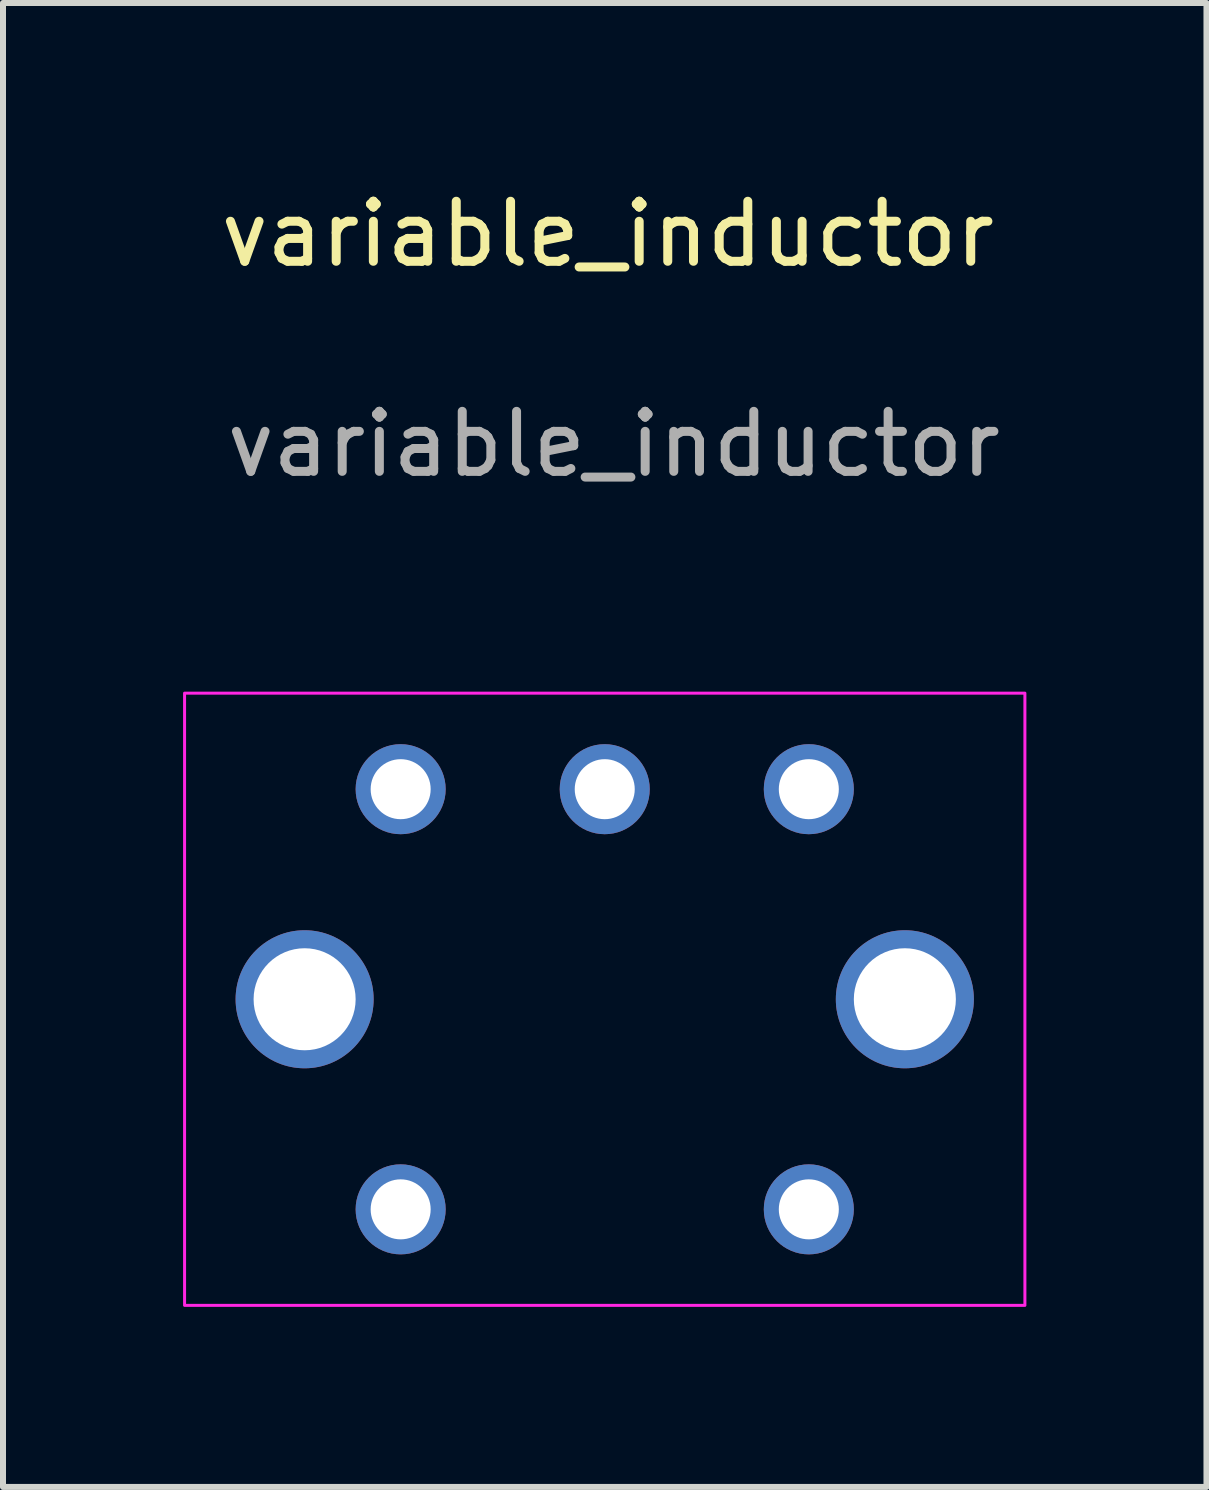
<source format=kicad_pcb>
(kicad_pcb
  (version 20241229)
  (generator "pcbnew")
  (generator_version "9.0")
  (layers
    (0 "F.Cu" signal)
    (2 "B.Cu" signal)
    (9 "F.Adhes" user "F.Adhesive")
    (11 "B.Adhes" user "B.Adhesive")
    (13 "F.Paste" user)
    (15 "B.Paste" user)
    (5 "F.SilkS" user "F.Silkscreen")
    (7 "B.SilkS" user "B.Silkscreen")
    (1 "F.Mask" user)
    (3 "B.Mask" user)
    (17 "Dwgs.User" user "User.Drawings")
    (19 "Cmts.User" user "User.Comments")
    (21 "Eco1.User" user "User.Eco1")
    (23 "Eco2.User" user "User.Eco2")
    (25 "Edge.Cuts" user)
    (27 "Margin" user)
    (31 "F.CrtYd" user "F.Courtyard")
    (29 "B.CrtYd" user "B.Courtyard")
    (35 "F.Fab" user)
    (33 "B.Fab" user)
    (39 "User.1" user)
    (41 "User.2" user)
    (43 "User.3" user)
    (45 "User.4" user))
  (footprint "variable_inductor"
    (layer "F.Cu")
    (at 7.025 13.598)
    (property "Reference" "variable_inductor" (at 0.05 -12.75 0) (unlocked yes) (layer "F.SilkS") (effects (font (size 1 1) (thickness 0.15))))
    (attr through_hole)
    (fp_rect (start -7 -5.1) (end 7 5.1) (stroke (width 0.05) (type solid)) (fill no) (layer "F.CrtYd"))
    (fp_text user "${REFERENCE}" (at 0.15 -9.25 0) (unlocked yes) (layer "F.Fab") (effects (font (size 1 1) (thickness 0.15))))
    (pad "" thru_hole circle (at -5 0) (size 2.3 2.3) (drill 1.7) (layers "*.Cu" "*.Mask"))
    (pad "" thru_hole circle (at -3.4 -3.5) (size 1.5 1.5) (drill 1) (layers "*.Cu" "*.Mask"))
    (pad "" thru_hole circle (at 0 -3.5) (size 1.5 1.5) (drill 1) (layers "*.Cu" "*.Mask"))
    (pad "" thru_hole circle (at 3.4 -3.5) (size 1.5 1.5) (drill 1) (layers "*.Cu" "*.Mask"))
    (pad "" thru_hole circle (at 5 0) (size 2.3 2.3) (drill 1.7) (layers "*.Cu" "*.Mask"))
    (pad "1" thru_hole circle (at 3.4 3.5) (size 1.5 1.5) (drill 1) (layers "*.Cu" "*.Mask"))
    (pad "2" thru_hole circle (at -3.4 3.5) (size 1.5 1.5) (drill 1) (layers "*.Cu" "*.Mask")))
  (gr_rect
    (start -3 -3)
    (end 17.05 21.723)
    (stroke (width 0.1) (type default))
    (fill no)
    (layer "Edge.Cuts")))
</source>
